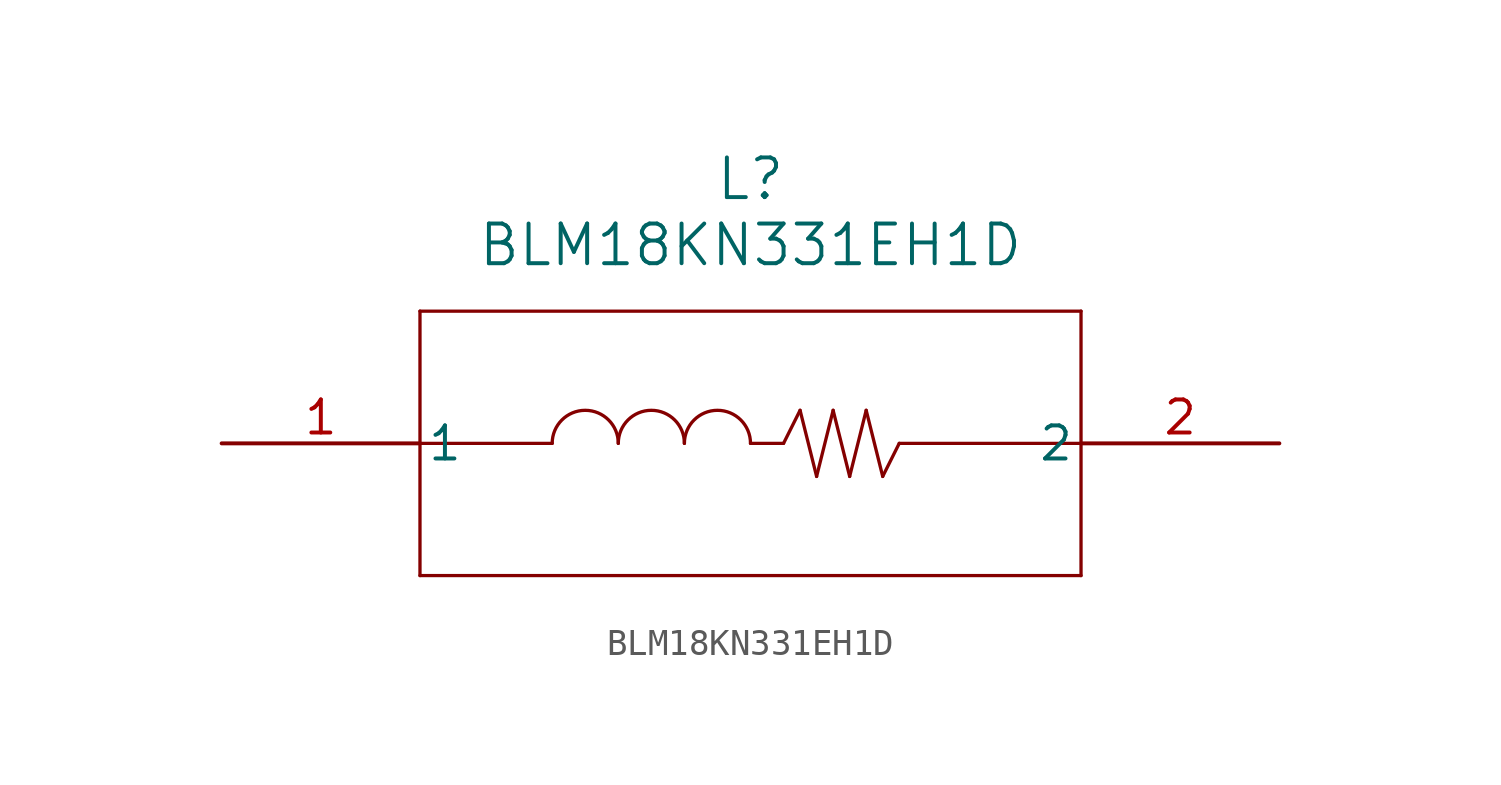
<source format=kicad_sym>
(kicad_symbol_lib
  (version 20211014)
  (generator kicad_symbol_editor)
  (symbol "BLM18KN331EH1D"
    (pin_names
      (offset 0.254))
    (property "Reference" "L"
      (at 20.32 10.16 0)
      (effects (font (size 1.524 1.524))))
    (property "Value" "BLM18KN331EH1D"
      (at 20.32 7.62 0)
      (effects (font (size 1.524 1.524))))
    (polyline
      (pts (xy 7.62 5.08) (xy 7.62 -5.08))
      (stroke (width 0.127) (type default) (color 0 0 0 0))
      (fill (type none)))
    (polyline
      (pts (xy 7.62 -5.08) (xy 33.02 -5.08))
      (stroke (width 0.127) (type default) (color 0 0 0 0))
      (fill (type none)))
    (polyline
      (pts (xy 33.02 -5.08) (xy 33.02 5.08))
      (stroke (width 0.127) (type default) (color 0 0 0 0))
      (fill (type none)))
    (polyline
      (pts (xy 33.02 5.08) (xy 7.62 5.08))
      (stroke (width 0.127) (type default) (color 0 0 0 0))
      (fill (type none)))
    (arc
      (start 15.24 0)
      (mid 13.97 1.27)
      (end 12.7 0)
      (stroke (width 0.127) (type default) (color 0 0 0 0))
      (fill (type none)))
    (arc
      (start 17.78 0)
      (mid 16.51 1.27)
      (end 15.24 0)
      (stroke (width 0.127) (type default) (color 0 0 0 0))
      (fill (type none)))
    (arc
      (start 20.32 0)
      (mid 19.05 1.27)
      (end 17.78 0)
      (stroke (width 0.127) (type default) (color 0 0 0 0))
      (fill (type none)))
    (polyline
      (pts (xy 20.32 0) (xy 21.59 0))
      (stroke (width 0.127) (type default) (color 0 0 0 0))
      (fill (type none)))
    (polyline
      (pts (xy 21.59 0) (xy 22.225 1.27))
      (stroke (width 0.127) (type default) (color 0 0 0 0))
      (fill (type none)))
    (polyline
      (pts (xy 22.225 1.27) (xy 22.86 -1.27))
      (stroke (width 0.127) (type default) (color 0 0 0 0))
      (fill (type none)))
    (polyline
      (pts (xy 22.86 -1.27) (xy 23.495 1.27))
      (stroke (width 0.127) (type default) (color 0 0 0 0))
      (fill (type none)))
    (polyline
      (pts (xy 23.495 1.27) (xy 24.13 -1.27))
      (stroke (width 0.127) (type default) (color 0 0 0 0))
      (fill (type none)))
    (polyline
      (pts (xy 24.13 -1.27) (xy 24.765 1.27))
      (stroke (width 0.127) (type default) (color 0 0 0 0))
      (fill (type none)))
    (polyline
      (pts (xy 24.765 1.27) (xy 25.4 -1.27))
      (stroke (width 0.127) (type default) (color 0 0 0 0))
      (fill (type none)))
    (polyline
      (pts (xy 25.4 -1.27) (xy 26.035 0))
      (stroke (width 0.127) (type default) (color 0 0 0 0))
      (fill (type none)))
    (polyline
      (pts (xy 26.035 0) (xy 33.02 0))
      (stroke (width 0.127) (type default) (color 0 0 0 0))
      (fill (type none)))
    (polyline
      (pts (xy 12.7 0) (xy 7.62 0))
      (stroke (width 0.127) (type default) (color 0 0 0 0))
      (fill (type none)))
    (pin unspecified line
      (at 40.64 0 180)
      (length 7.62)
      (name "2" (effects (font (size 1.27 1.27))))
      (number "2" (effects (font (size 1.27 1.27)))))
    (pin unspecified line
      (at 0 0 0)
      (length 7.62)
      (name "1" (effects (font (size 1.27 1.27))))
      (number "1" (effects (font (size 1.27 1.27)))))))
</source>
